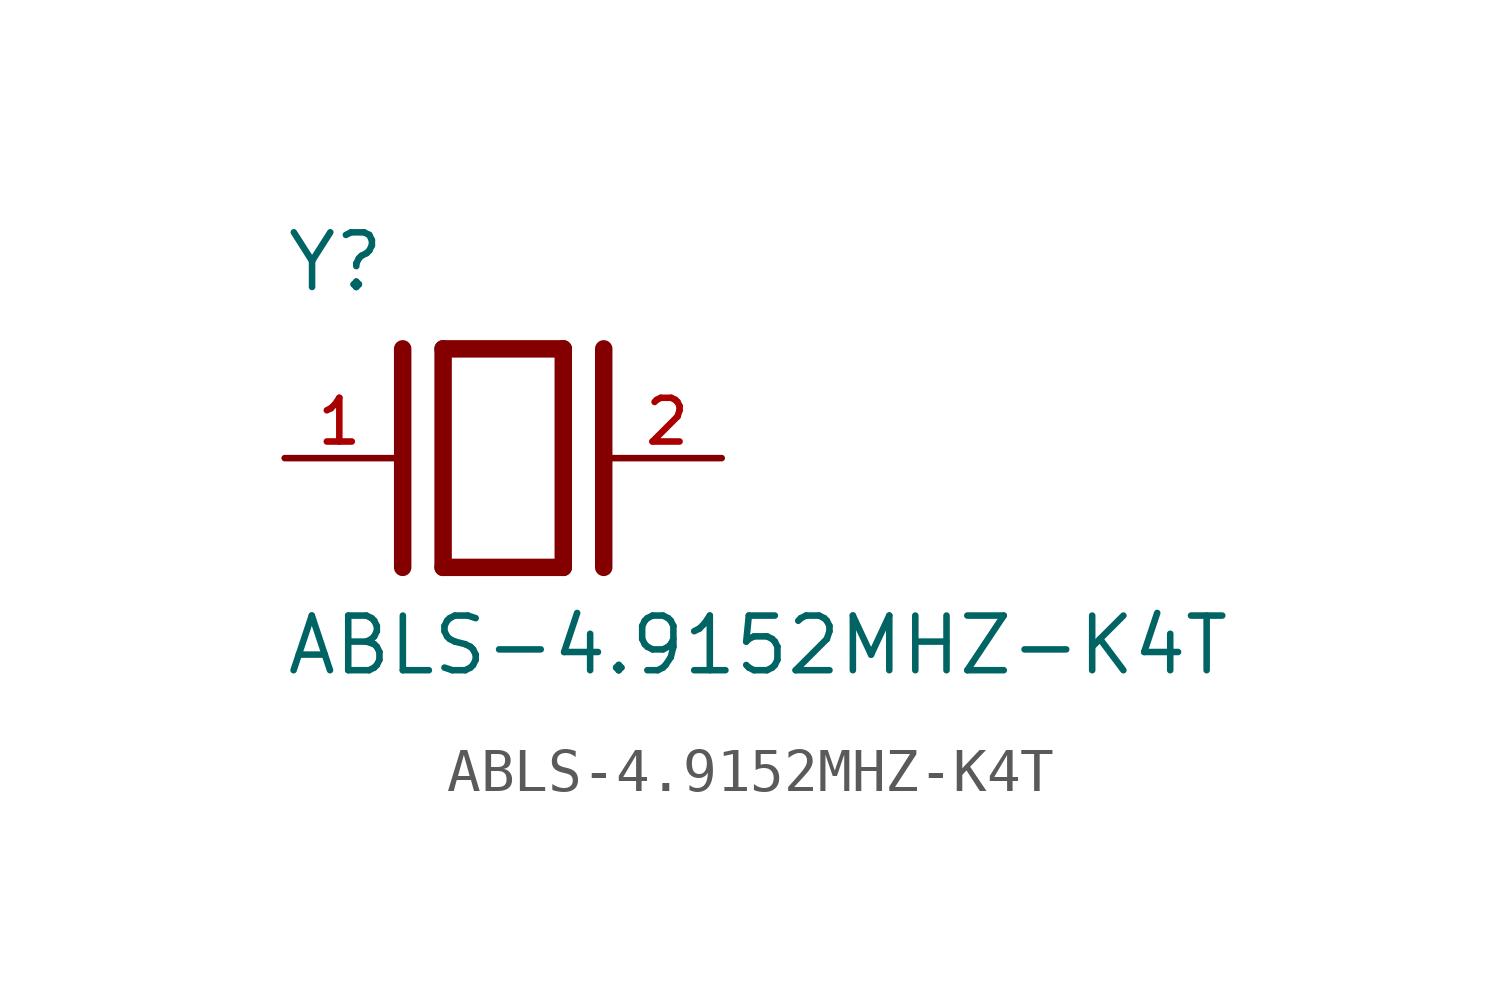
<source format=kicad_sym>
(kicad_symbol_lib
  (version 20211014)
  (generator kicad_symbol_editor)
  (symbol "ABLS-4.9152MHZ-K4T"
    (pin_names
      (offset 1.016))
    (property "Reference" "Y"
      (at -5.088 3.816 0)
      (effects (font (size 1.27 1.27)) (justify bottom left)))
    (property "Value" "ABLS-4.9152MHZ-K4T"
      (at -5.094 -5.094 0)
      (effects (font (size 1.27 1.27)) (justify bottom left)))
    (symbol "ABLS-4.9152MHZ-K4T_0_0"
      (polyline (pts (xy -1.397 2.54) (xy 1.397 2.54)) (stroke (width 0.406)))
      (polyline (pts (xy 1.397 2.54) (xy 1.397 -2.54)) (stroke (width 0.406)))
      (polyline (pts (xy 1.397 -2.54) (xy -1.397 -2.54)) (stroke (width 0.406)))
      (polyline (pts (xy -1.397 2.54) (xy -1.397 -2.54)) (stroke (width 0.406)))
      (polyline (pts (xy 2.337 2.54) (xy 2.337 -2.54)) (stroke (width 0.406)))
      (polyline (pts (xy -2.337 2.54) (xy -2.337 -2.54)) (stroke (width 0.406)))
      (pin passive line (at 5.08 0.0 180.0) (length 2.54) (name "~" (effects (font (size 1.016 1.016)))) (number "2" (effects (font (size 1.016 1.016)))))
      (pin passive line (at -5.08 0.0 0) (length 2.54) (name "~" (effects (font (size 1.016 1.016)))) (number "1" (effects (font (size 1.016 1.016))))))))
</source>
